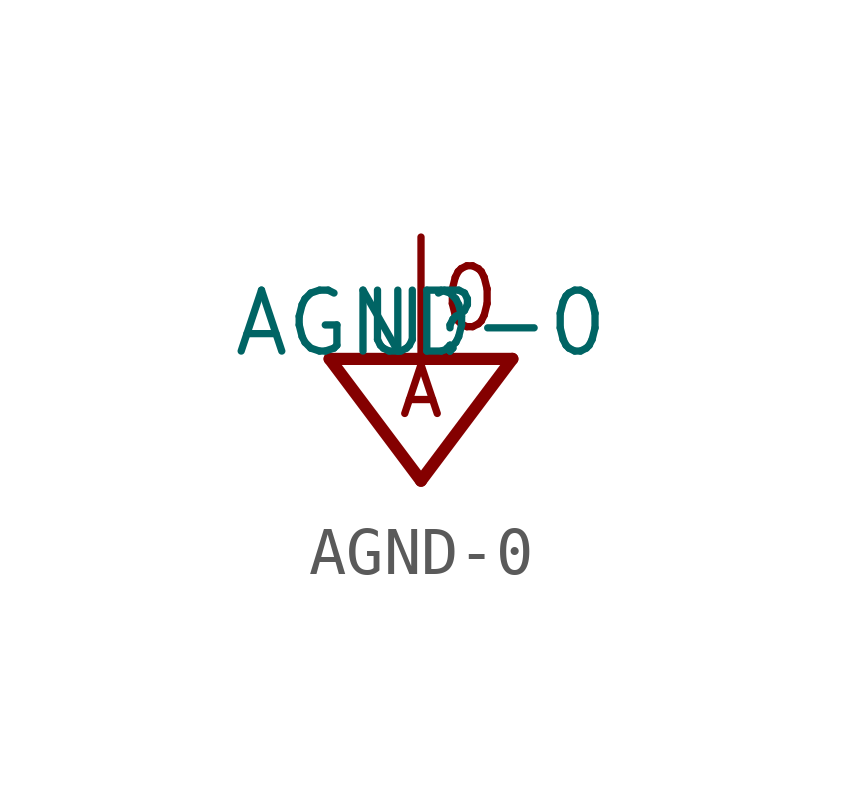
<source format=kicad_sym>
(kicad_symbol_lib
  (version 20211014)
  (generator kicad_symbol_editor)
  (symbol "AGND-0"
    (pin_names
      (offset 1.016))
    (property "Reference" "U"
      (at 0 0 0)
      (effects (font (size 1.27 1.27)) (justify bottom)))
    (property "Value" "AGND-0"
      (at 0 0.0 0)
      (effects (font (size 1.27 1.27)) (justify bottom)))
    (symbol "AGND-0_0_0"
      (text "0" (at 1.016 0.508 0) (effects (font (size 1.27 1.27)) (justify bottom)))
      (polyline (pts (xy 0.0 0.0) (xy 1.905 0.0)) (stroke (width 0.254)))
      (polyline (pts (xy 1.905 0.0) (xy 0.0 -2.54)) (stroke (width 0.254)))
      (polyline (pts (xy 0.0 -2.54) (xy -1.905 0.0)) (stroke (width 0.254)))
      (polyline (pts (xy -1.905 0.0) (xy 0.0 0.0)) (stroke (width 0.254)))
      (text "A" (at 0.0 -1.27 0) (effects (font (size 1.016 1.016)) (justify bottom)))
      (pin power_in line (at 0.0 2.54 270.0) (length 2.54) (name "~" (effects (font (size 1.016 1.016)))) (number "~" (effects (font (size 1.016 1.016))))))))
</source>
